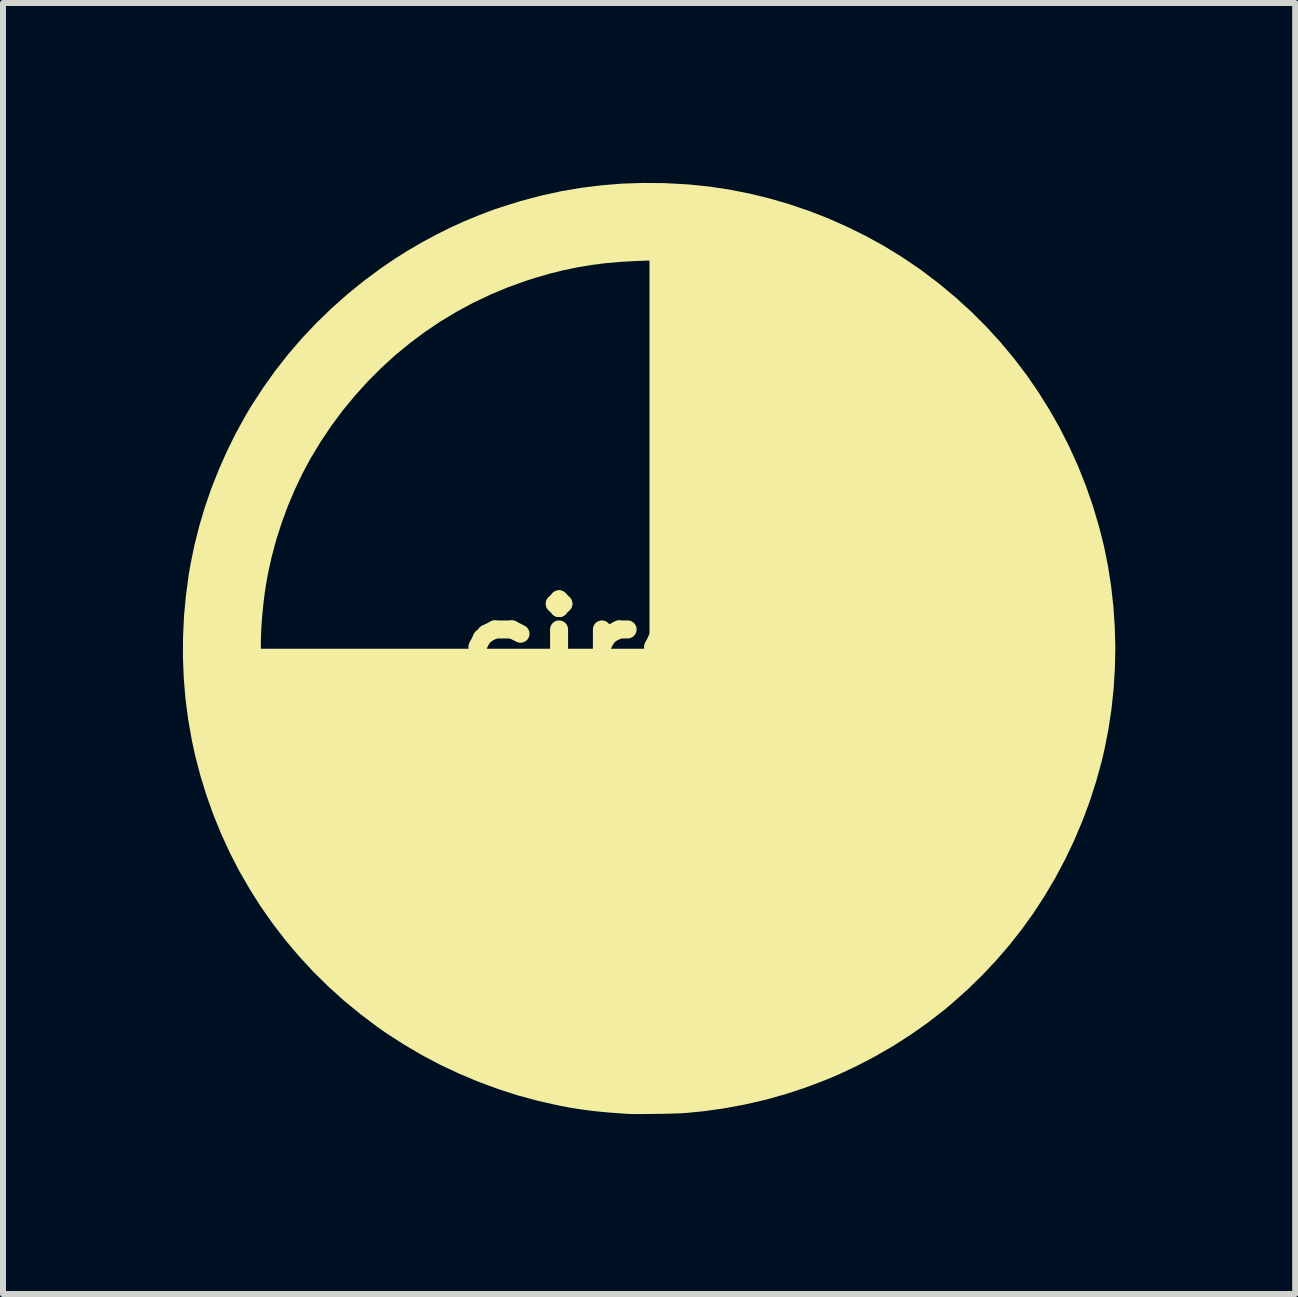
<source format=kicad_pcb>
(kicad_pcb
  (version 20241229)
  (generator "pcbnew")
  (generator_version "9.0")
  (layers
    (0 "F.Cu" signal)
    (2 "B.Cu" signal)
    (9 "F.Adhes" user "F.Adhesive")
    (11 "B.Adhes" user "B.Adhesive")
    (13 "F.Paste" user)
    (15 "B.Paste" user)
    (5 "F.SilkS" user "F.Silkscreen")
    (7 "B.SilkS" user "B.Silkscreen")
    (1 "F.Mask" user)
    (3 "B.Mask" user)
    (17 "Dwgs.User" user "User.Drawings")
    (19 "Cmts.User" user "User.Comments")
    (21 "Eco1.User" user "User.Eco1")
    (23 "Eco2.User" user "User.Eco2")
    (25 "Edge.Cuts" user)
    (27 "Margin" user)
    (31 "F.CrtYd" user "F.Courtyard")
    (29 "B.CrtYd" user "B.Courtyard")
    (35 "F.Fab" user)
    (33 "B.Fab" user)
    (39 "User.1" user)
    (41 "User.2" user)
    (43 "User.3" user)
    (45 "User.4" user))
  (footprint "circle"
    (layer "F.Cu")
    (at 7.771 7.766)
    (property "Reference" "circle" (at 0 0 0) (layer "F.SilkS") (effects (font (size 1.5 1.5) (thickness 0.3))))
    (attr board_only exclude_from_pos_files exclude_from_bom)
    (fp_poly (pts (xy 0.255 -7.763) (xy 0.611 -7.744) (xy 0.672 -7.74) (xy 1.009 -7.705) (xy 1.345 -7.654) (xy 1.679 -7.588) (xy 2.011 -7.507) (xy 2.34 -7.411) (xy 2.665 -7.301) (xy 2.985 -7.176) (xy 3.299 -7.037) (xy 3.607 -6.885) (xy 3.908 -6.72) (xy 4.201 -6.541) (xy 4.485 -6.35) (xy 4.564 -6.293) (xy 4.847 -6.078) (xy 5.118 -5.851) (xy 5.378 -5.614) (xy 5.625 -5.367) (xy 5.86 -5.11) (xy 6.083 -4.842) (xy 6.294 -4.565) (xy 6.491 -4.279) (xy 6.676 -3.984) (xy 6.848 -3.68) (xy 7.006 -3.368) (xy 7.151 -3.048) (xy 7.282 -2.72) (xy 7.399 -2.384) (xy 7.501 -2.041) (xy 7.503 -2.036) (xy 7.585 -1.71) (xy 7.652 -1.378) (xy 7.704 -1.042) (xy 7.742 -0.702) (xy 7.765 -0.361) (xy 7.774 -0.018) (xy 7.767 0.325) (xy 7.746 0.667) (xy 7.71 1.007) (xy 7.659 1.343) (xy 7.594 1.676) (xy 7.548 1.873) (xy 7.455 2.21) (xy 7.348 2.544) (xy 7.225 2.873) (xy 7.088 3.196) (xy 6.937 3.513) (xy 6.772 3.823) (xy 6.594 4.124) (xy 6.41 4.407) (xy 6.214 4.679) (xy 6.005 4.945) (xy 5.782 5.203) (xy 5.548 5.451) (xy 5.303 5.689) (xy 5.048 5.916) (xy 4.927 6.018) (xy 4.653 6.231) (xy 4.369 6.431) (xy 4.076 6.619) (xy 3.774 6.794) (xy 3.464 6.956) (xy 3.145 7.105) (xy 2.948 7.188) (xy 2.619 7.313) (xy 2.286 7.423) (xy 1.949 7.518) (xy 1.607 7.597) (xy 1.261 7.662) (xy 0.91 7.711) (xy 0.604 7.741) (xy 0.566 7.743) (xy 0.515 7.746) (xy 0.454 7.748) (xy 0.383 7.75) (xy 0.306 7.752) (xy 0.224 7.754) (xy 0.14 7.755) (xy 0.055 7.756) (xy -0.027 7.757) (xy -0.106 7.758) (xy -0.179 7.758) (xy -0.243 7.758) (xy -0.298 7.757) (xy -0.34 7.756) (xy -0.36 7.755) (xy -0.511 7.744) (xy -0.648 7.734) (xy -0.774 7.723) (xy -0.891 7.711) (xy -1 7.698) (xy -1.105 7.684) (xy -1.208 7.669) (xy -1.31 7.652) (xy -1.414 7.633) (xy -1.508 7.615) (xy -1.847 7.539) (xy -2.184 7.448) (xy -2.516 7.341) (xy -2.844 7.22) (xy -3.166 7.085) (xy -3.482 6.936) (xy -3.79 6.773) (xy -4.09 6.597) (xy -4.381 6.409) (xy -4.538 6.299) (xy -4.82 6.086) (xy -5.091 5.863) (xy -5.351 5.628) (xy -5.599 5.383) (xy -5.835 5.128) (xy -6.059 4.863) (xy -6.27 4.589) (xy -6.469 4.306) (xy -6.654 4.014) (xy -6.827 3.715) (xy -6.986 3.408) (xy -7.131 3.093) (xy -7.262 2.772) (xy -7.379 2.444) (xy -7.482 2.109) (xy -7.57 1.77) (xy -7.623 1.523) (xy -7.683 1.184) (xy -7.728 0.842) (xy -7.757 0.497) (xy -7.771 0.149) (xy -7.77 -0.095) (xy -6.472 -0.095) (xy -6.472 0) (xy -3.232 0) (xy 0.008 0) (xy 0.008 -3.236) (xy 0.008 -6.472) (xy -0.014 -6.472) (xy -0.028 -6.471) (xy -0.056 -6.47) (xy -0.094 -6.469) (xy -0.141 -6.467) (xy -0.193 -6.465) (xy -0.22 -6.464) (xy -0.478 -6.45) (xy -0.724 -6.428) (xy -0.962 -6.398) (xy -1.194 -6.359) (xy -1.424 -6.311) (xy -1.655 -6.254) (xy -1.89 -6.186) (xy -2.049 -6.135) (xy -2.348 -6.028) (xy -2.641 -5.906) (xy -2.926 -5.771) (xy -3.204 -5.621) (xy -3.474 -5.459) (xy -3.735 -5.283) (xy -3.988 -5.094) (xy -4.232 -4.894) (xy -4.465 -4.681) (xy -4.689 -4.457) (xy -4.902 -4.221) (xy -5.105 -3.975) (xy -5.296 -3.718) (xy -5.475 -3.451) (xy -5.643 -3.173) (xy -5.646 -3.168) (xy -5.781 -2.916) (xy -5.906 -2.653) (xy -6.021 -2.381) (xy -6.123 -2.104) (xy -6.214 -1.822) (xy -6.29 -1.538) (xy -6.353 -1.255) (xy -6.387 -1.062) (xy -6.407 -0.932) (xy -6.424 -0.796) (xy -6.439 -0.657) (xy -6.452 -0.518) (xy -6.462 -0.383) (xy -6.468 -0.255) (xy -6.472 -0.138) (xy -6.472 -0.095) (xy -7.77 -0.095) (xy -7.769 -0.199) (xy -7.753 -0.548) (xy -7.72 -0.897) (xy -7.673 -1.244) (xy -7.643 -1.416) (xy -7.578 -1.733) (xy -7.498 -2.05) (xy -7.403 -2.367) (xy -7.294 -2.681) (xy -7.171 -2.991) (xy -7.036 -3.296) (xy -6.889 -3.593) (xy -6.73 -3.882) (xy -6.626 -4.056) (xy -6.434 -4.351) (xy -6.23 -4.637) (xy -6.013 -4.914) (xy -5.783 -5.18) (xy -5.542 -5.435) (xy -5.289 -5.68) (xy -5.025 -5.914) (xy -4.749 -6.137) (xy -4.463 -6.349) (xy -4.242 -6.499) (xy -4.021 -6.639) (xy -3.791 -6.773) (xy -3.555 -6.9) (xy -3.317 -7.019) (xy -3.08 -7.127) (xy -2.847 -7.223) (xy -2.84 -7.226) (xy -2.774 -7.251) (xy -2.72 -7.272) (xy -2.674 -7.289) (xy -2.632 -7.305) (xy -2.592 -7.319) (xy -2.549 -7.334) (xy -2.499 -7.351) (xy -2.476 -7.359) (xy -2.141 -7.464) (xy -1.806 -7.553) (xy -1.469 -7.627) (xy -1.13 -7.685) (xy -0.789 -7.727) (xy -0.445 -7.755) (xy -0.097 -7.766)) (stroke (width 0) (type solid)) (fill yes) (layer "F.SilkS")))
  (gr_rect
    (start -3 -3)
    (end 18.544 18.524)
    (stroke (width 0.1) (type default))
    (fill no)
    (layer "Edge.Cuts")))
</source>
